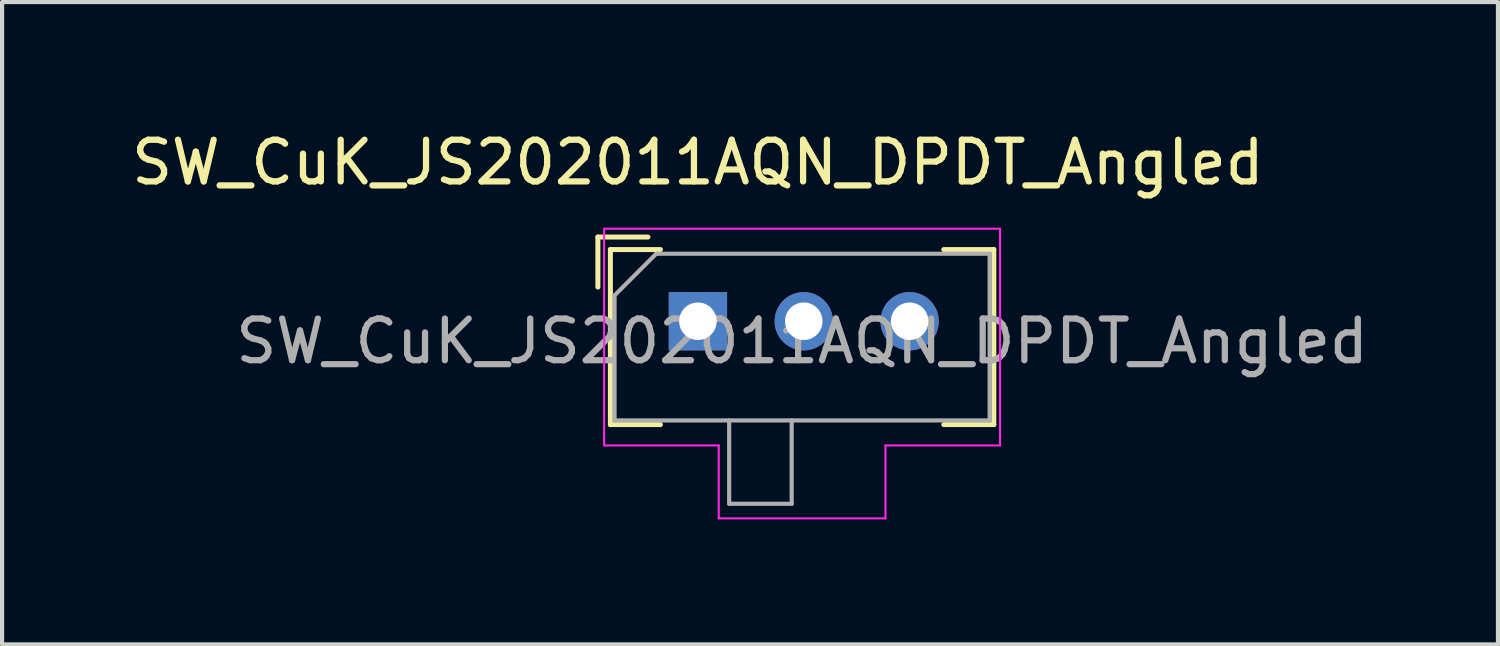
<source format=kicad_pcb>
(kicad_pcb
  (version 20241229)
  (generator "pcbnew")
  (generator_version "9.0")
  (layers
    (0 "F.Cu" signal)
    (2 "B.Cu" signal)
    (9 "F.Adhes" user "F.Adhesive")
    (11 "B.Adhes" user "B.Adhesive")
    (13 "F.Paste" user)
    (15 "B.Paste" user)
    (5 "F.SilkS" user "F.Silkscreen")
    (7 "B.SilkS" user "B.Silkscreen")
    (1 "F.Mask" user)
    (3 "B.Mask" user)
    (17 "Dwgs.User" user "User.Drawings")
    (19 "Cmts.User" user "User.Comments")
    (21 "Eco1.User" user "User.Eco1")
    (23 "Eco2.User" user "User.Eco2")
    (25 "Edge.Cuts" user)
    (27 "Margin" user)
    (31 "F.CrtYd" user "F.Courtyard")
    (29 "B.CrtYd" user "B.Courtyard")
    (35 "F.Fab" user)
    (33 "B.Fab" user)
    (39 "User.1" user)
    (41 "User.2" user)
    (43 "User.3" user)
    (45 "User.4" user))
  (footprint "SW_CuK_JS202011AQN_DPDT_Angled"
    (layer "F.Cu")
    (at 16.236 5.928)
    (property "Reference" "SW_CuK_JS202011AQN_DPDT_Angled" (at -2.54 -5.08 0) (layer "F.SilkS") (effects (font (size 1 1) (thickness 0.15))))
    (attr through_hole)
    (fp_line (start -4.94 -3.29) (end -4.94 -2.09) (stroke (width 0.12) (type solid)) (layer "F.SilkS"))
    (fp_line (start -4.64 -2.99) (end -4.64 1.21) (stroke (width 0.12) (type solid)) (layer "F.SilkS"))
    (fp_line (start -4.64 1.21) (end -3.44 1.21) (stroke (width 0.12) (type solid)) (layer "F.SilkS"))
    (fp_line (start -3.74 -3.29) (end -4.94 -3.29) (stroke (width 0.12) (type solid)) (layer "F.SilkS"))
    (fp_line (start -3.44 -2.99) (end -4.64 -2.99) (stroke (width 0.12) (type solid)) (layer "F.SilkS"))
    (fp_line (start 3.36 -2.99) (end 4.56 -2.99) (stroke (width 0.12) (type solid)) (layer "F.SilkS"))
    (fp_line (start 4.56 -2.99) (end 4.56 1.21) (stroke (width 0.12) (type solid)) (layer "F.SilkS"))
    (fp_line (start 4.56 1.21) (end 3.36 1.21) (stroke (width 0.12) (type solid)) (layer "F.SilkS"))
    (fp_line (start -4.79 -3.49) (end 4.71 -3.49) (stroke (width 0.05) (type solid)) (layer "F.CrtYd"))
    (fp_line (start -4.79 1.71) (end -4.79 -3.49) (stroke (width 0.05) (type solid)) (layer "F.CrtYd"))
    (fp_line (start -2.04 1.71) (end -4.79 1.71) (stroke (width 0.05) (type solid)) (layer "F.CrtYd"))
    (fp_line (start -2.04 1.71) (end -2.04 3.46) (stroke (width 0.05) (type solid)) (layer "F.CrtYd"))
    (fp_line (start 1.96 3.46) (end -2.04 3.46) (stroke (width 0.05) (type solid)) (layer "F.CrtYd"))
    (fp_line (start 1.96 3.46) (end 1.96 1.71) (stroke (width 0.05) (type solid)) (layer "F.CrtYd"))
    (fp_line (start 4.71 -3.49) (end 4.71 1.71) (stroke (width 0.05) (type solid)) (layer "F.CrtYd"))
    (fp_line (start 4.71 1.71) (end 1.96 1.71) (stroke (width 0.05) (type solid)) (layer "F.CrtYd"))
    (fp_line (start -4.54 1.11) (end -4.54 -1.89) (stroke (width 0.1) (type solid)) (layer "F.Fab"))
    (fp_line (start -3.54 -2.89) (end -4.54 -1.89) (stroke (width 0.1) (type solid)) (layer "F.Fab"))
    (fp_line (start -3.54 -2.89) (end 4.46 -2.89) (stroke (width 0.1) (type solid)) (layer "F.Fab"))
    (fp_line (start -1.79 1.11) (end -1.79 3.11) (stroke (width 0.1) (type solid)) (layer "F.Fab"))
    (fp_line (start -1.79 3.11) (end -0.29 3.11) (stroke (width 0.1) (type solid)) (layer "F.Fab"))
    (fp_line (start -0.29 3.11) (end -0.29 1.11) (stroke (width 0.1) (type solid)) (layer "F.Fab"))
    (fp_line (start 4.46 -2.89) (end 4.46 1.11) (stroke (width 0.1) (type solid)) (layer "F.Fab"))
    (fp_line (start 4.46 1.11) (end -4.54 1.11) (stroke (width 0.1) (type solid)) (layer "F.Fab"))
    (fp_text user "${REFERENCE}" (at -0.04 -0.79 0) (layer "F.Fab") (effects (font (size 1 1) (thickness 0.15))))
    (pad "1" thru_hole rect (at -2.54 -1.27) (size 1.4 1.4) (drill 0.9) (layers "*.Cu" "*.Mask"))
    (pad "2" thru_hole circle (at 0 -1.27) (size 1.4 1.4) (drill 0.9) (layers "*.Cu" "*.Mask"))
    (pad "3" thru_hole circle (at 2.54 -1.27) (size 1.4 1.4) (drill 0.9) (layers "*.Cu" "*.Mask")))
  (gr_rect
    (start -3 -3)
    (end 32.893 12.413)
    (stroke (width 0.1) (type default))
    (fill no)
    (layer "Edge.Cuts")))
</source>
